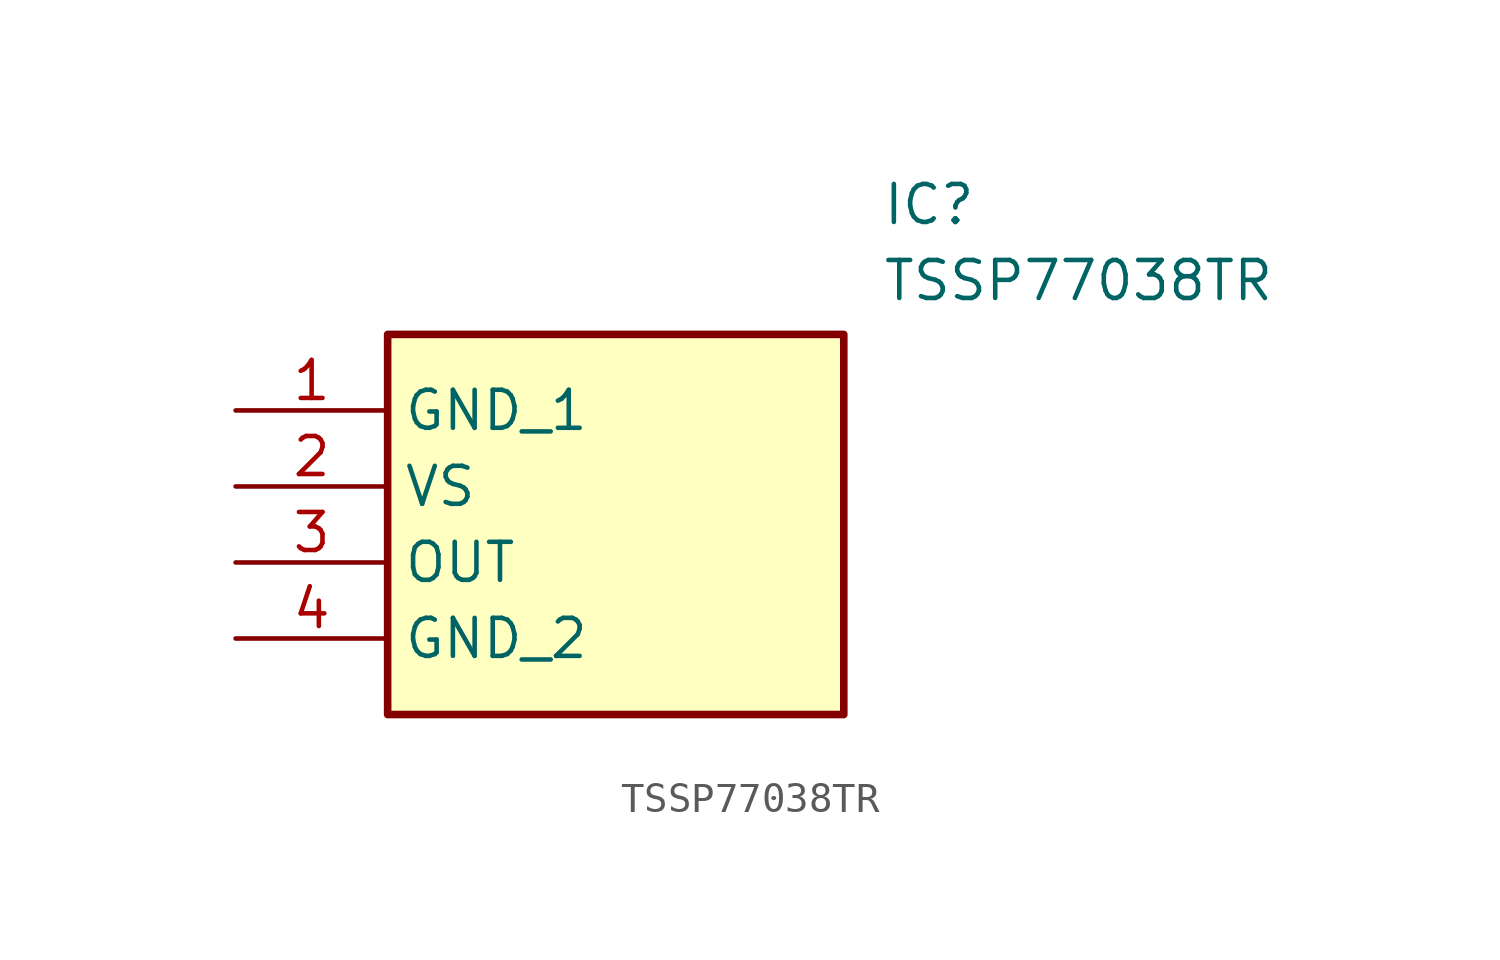
<source format=kicad_sym>
(kicad_symbol_lib
  (version 20231120)
  (generator "kicad_symbol_editor")
  (generator_version "8.0")
  (symbol "TSSP77038TR"
    (property "Reference" "IC"
      (at 21.59 7.62 0)
      (effects (font (size 1.27 1.27)) (justify left top)))
    (property "Value" "TSSP77038TR"
      (at 21.59 5.08 0)
      (effects (font (size 1.27 1.27)) (justify left top)))
    (symbol "TSSP77038TR_1_1"
      (rectangle (start 5.08 2.54) (end 20.32 -10.16) (stroke (width 0.254) (type default)) (fill (type background)))
      (pin passive line (at 0 0 0) (length 5.08) (name "GND_1" (effects (font (size 1.27 1.27)))) (number "1" (effects (font (size 1.27 1.27)))))
      (pin passive line (at 0 -2.54 0) (length 5.08) (name "VS" (effects (font (size 1.27 1.27)))) (number "2" (effects (font (size 1.27 1.27)))))
      (pin passive line (at 0 -5.08 0) (length 5.08) (name "OUT" (effects (font (size 1.27 1.27)))) (number "3" (effects (font (size 1.27 1.27)))))
      (pin passive line (at 0 -7.62 0) (length 5.08) (name "GND_2" (effects (font (size 1.27 1.27)))) (number "4" (effects (font (size 1.27 1.27))))))))
</source>
